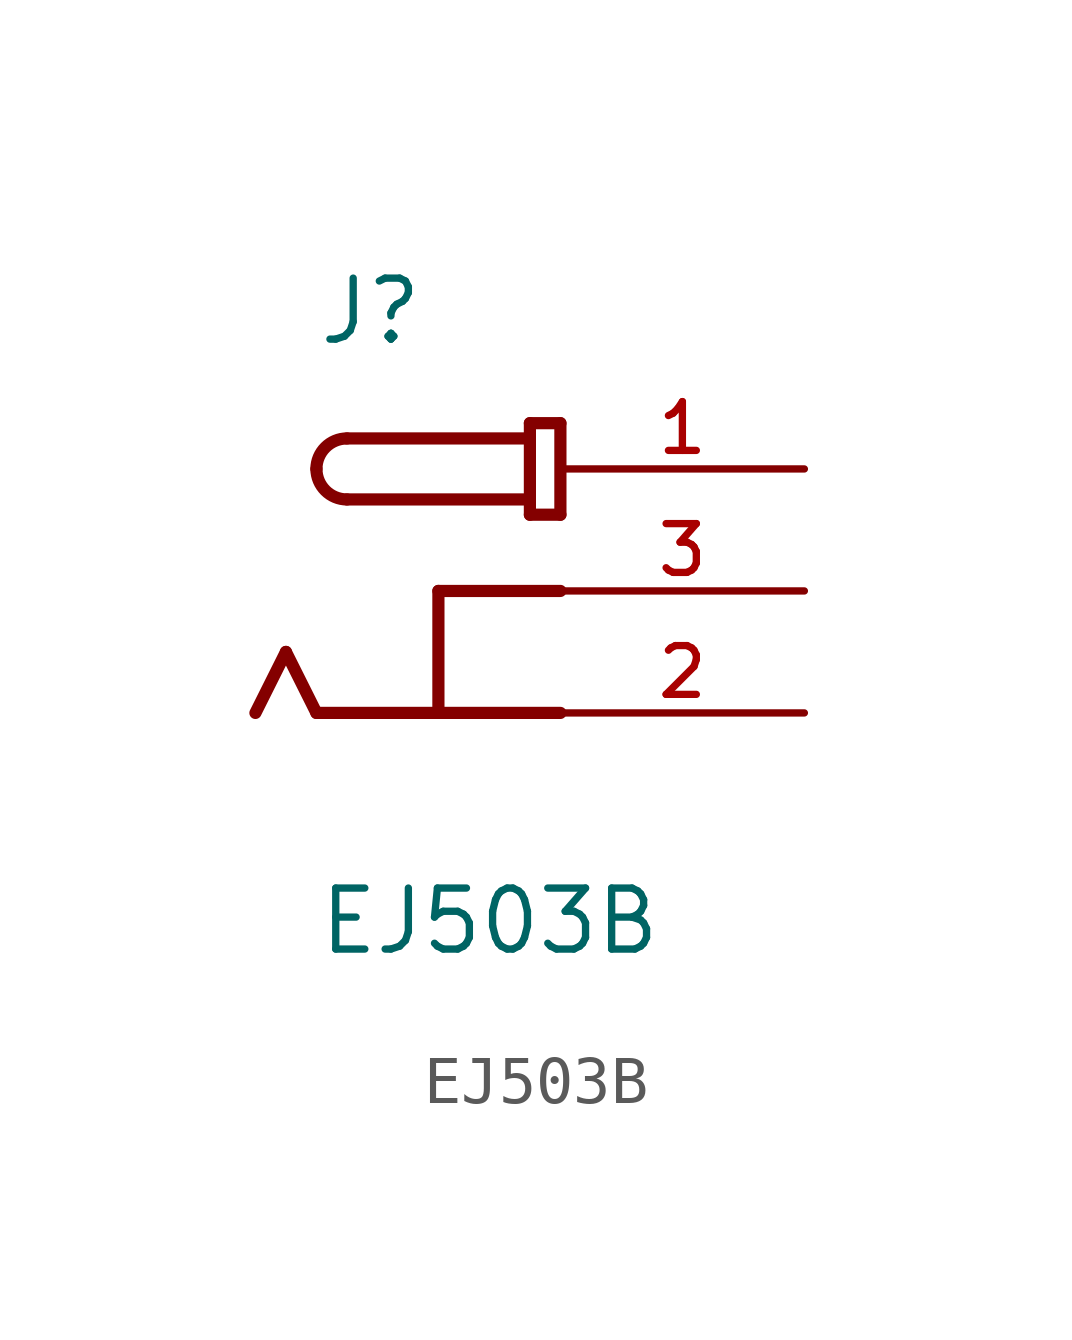
<source format=kicad_sym>
(kicad_symbol_lib
  (version 20211014)
  (generator kicad_symbol_editor)
  (symbol "EJ503B"
    (pin_names
      (offset 1.016))
    (property "Reference" "J"
      (at -5.08 5.08 0)
      (effects (font (size 1.27 1.27)) (justify bottom left)))
    (property "Value" "EJ503B"
      (at -5.08 -7.62 0)
      (effects (font (size 1.27 1.27)) (justify bottom left)))
    (symbol "EJ503B_0_0"
      (polyline (pts (xy 0.0 3.493) (xy 0.0 1.587)) (stroke (width 0.254)))
      (polyline (pts (xy 0.0 1.587) (xy -0.635 1.587)) (stroke (width 0.254)))
      (polyline (pts (xy -0.635 1.587) (xy -0.635 1.905)) (stroke (width 0.254)))
      (polyline (pts (xy -0.635 1.905) (xy -0.635 3.175)) (stroke (width 0.254)))
      (polyline (pts (xy -0.635 3.175) (xy -0.635 3.493)) (stroke (width 0.254)))
      (polyline (pts (xy -0.635 3.493) (xy 0.0 3.493)) (stroke (width 0.254)))
      (polyline (pts (xy -0.635 3.175) (xy -4.445 3.175)) (stroke (width 0.254)))
      (arc (start -5.08 2.54) (mid -4.894 2.989) (end -4.445 3.175) (stroke (width 0.254) (type default) (color 0 0 0 0)) (fill (type none)))
      (arc (start -4.445 1.905) (mid -4.894 2.091) (end -5.08 2.54) (stroke (width 0.254) (type default) (color 0 0 0 0)) (fill (type none)))
      (polyline (pts (xy -4.445 1.905) (xy -0.635 1.905)) (stroke (width 0.254)))
      (polyline (pts (xy 0.0 -2.54) (xy -2.54 -2.54)) (stroke (width 0.254)))
      (polyline (pts (xy -2.54 -2.54) (xy -5.08 -2.54)) (stroke (width 0.254)))
      (polyline (pts (xy -5.08 -2.54) (xy -5.715 -1.27)) (stroke (width 0.254)))
      (polyline (pts (xy -5.715 -1.27) (xy -6.35 -2.54)) (stroke (width 0.254)))
      (polyline (pts (xy 0.0 0.0) (xy -2.54 0.0)) (stroke (width 0.254)))
      (polyline (pts (xy -2.54 0.0) (xy -2.54 -2.54)) (stroke (width 0.254)))
      (pin passive line (at 5.08 2.54 180.0) (length 5.08) (name "~" (effects (font (size 1.016 1.016)))) (number "1" (effects (font (size 1.016 1.016)))))
      (pin passive line (at 5.08 0.0 180.0) (length 5.08) (name "~" (effects (font (size 1.016 1.016)))) (number "3" (effects (font (size 1.016 1.016)))))
      (pin passive line (at 5.08 -2.54 180.0) (length 5.08) (name "~" (effects (font (size 1.016 1.016)))) (number "2" (effects (font (size 1.016 1.016))))))))
</source>
